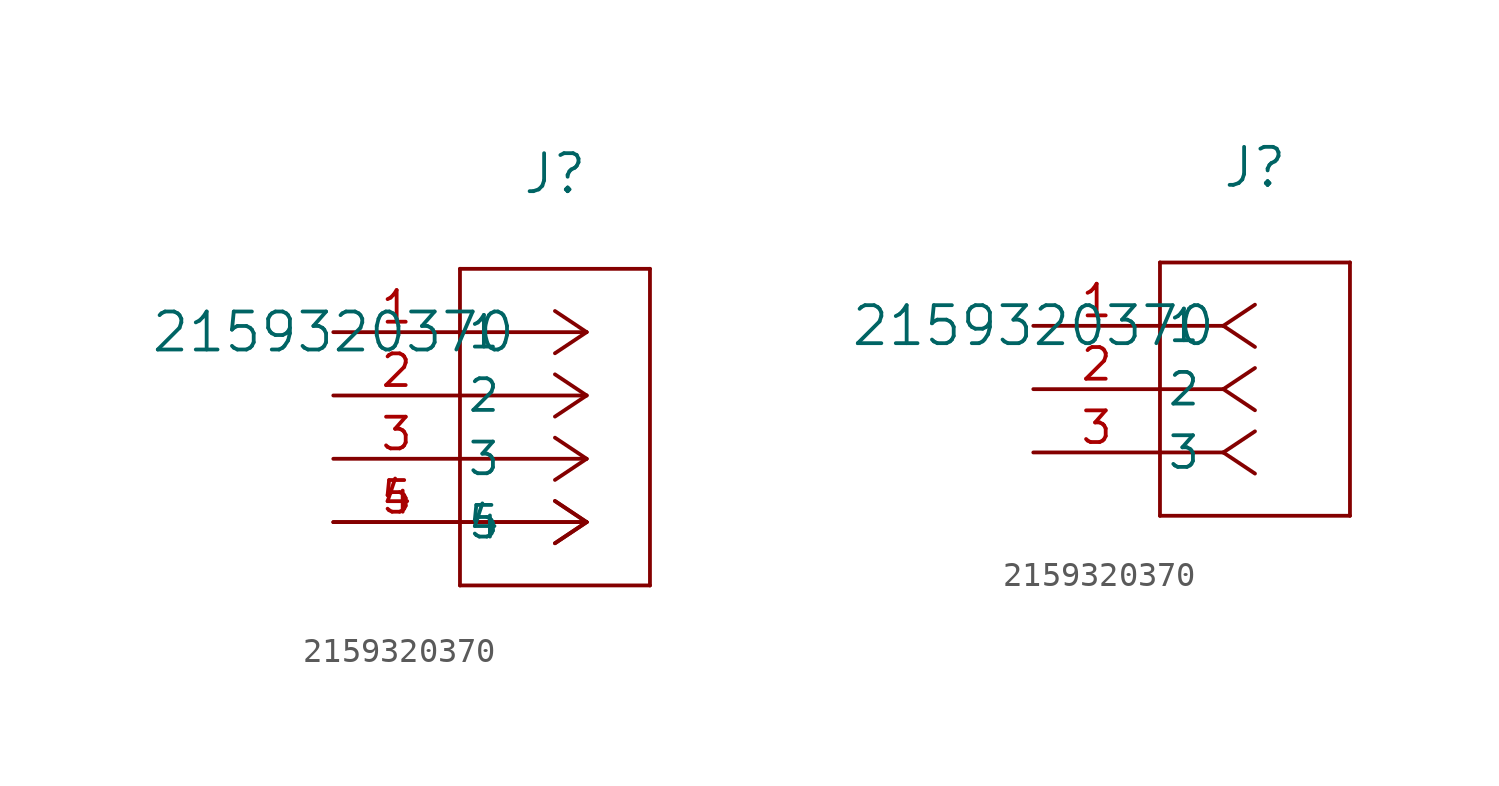
<source format=kicad_sym>
(kicad_symbol_lib
  (version 20241209)
  (generator "kicad_symbol_editor")
  (generator_version "9.0")
  (symbol "2159320370"
    (pin_names
      (offset 0.254))
    (property "Reference" "J"
      (at 8.89 6.35 0)
      (effects (font (size 1.524 1.524))))
    (property "Value" "2159320370"
      (at 0 0 0)
      (effects (font (size 1.524 1.524))))
    (property "ki_locked" ""
      (at 0 0 0)
      (effects (font (size 1.27 1.27))))
    (symbol "2159320370_1_1"
      (polyline (pts (xy 5.08 2.54) (xy 5.08 -10.16)) (stroke (width 0) (type default)) (fill (type none)))
      (polyline (pts (xy 5.08 -10.16) (xy 12.7 -10.16)) (stroke (width 0) (type default)) (fill (type none)))
      (polyline (pts (xy 10.16 0) (xy 5.08 0)) (stroke (width 0) (type default)) (fill (type none)))
      (polyline (pts (xy 10.16 0) (xy 8.89 0.847)) (stroke (width 0) (type default)) (fill (type none)))
      (polyline (pts (xy 10.16 0) (xy 8.89 -0.847)) (stroke (width 0) (type default)) (fill (type none)))
      (polyline (pts (xy 10.16 -2.54) (xy 5.08 -2.54)) (stroke (width 0) (type default)) (fill (type none)))
      (polyline (pts (xy 10.16 -2.54) (xy 8.89 -1.693)) (stroke (width 0) (type default)) (fill (type none)))
      (polyline (pts (xy 10.16 -2.54) (xy 8.89 -3.387)) (stroke (width 0) (type default)) (fill (type none)))
      (polyline (pts (xy 10.16 -5.08) (xy 5.08 -5.08)) (stroke (width 0) (type default)) (fill (type none)))
      (polyline (pts (xy 10.16 -5.08) (xy 8.89 -4.233)) (stroke (width 0) (type default)) (fill (type none)))
      (polyline (pts (xy 10.16 -5.08) (xy 8.89 -5.927)) (stroke (width 0) (type default)) (fill (type none)))
      (polyline (pts (xy 10.16 -7.62) (xy 5.08 -7.62)) (stroke (width 0) (type default)) (fill (type none)))
      (polyline (pts (xy 10.16 -7.62) (xy 5.08 -7.62)) (stroke (width 0) (type default)) (fill (type none)))
      (polyline (pts (xy 10.16 -7.62) (xy 8.89 -6.773)) (stroke (width 0) (type default)) (fill (type none)))
      (polyline (pts (xy 10.16 -7.62) (xy 8.89 -6.773)) (stroke (width 0) (type default)) (fill (type none)))
      (polyline (pts (xy 10.16 -7.62) (xy 8.89 -8.467)) (stroke (width 0) (type default)) (fill (type none)))
      (polyline (pts (xy 10.16 -7.62) (xy 8.89 -8.467)) (stroke (width 0) (type default)) (fill (type none)))
      (polyline (pts (xy 12.7 2.54) (xy 5.08 2.54)) (stroke (width 0) (type default)) (fill (type none)))
      (polyline (pts (xy 12.7 -10.16) (xy 12.7 2.54)) (stroke (width 0) (type default)) (fill (type none)))
      (pin passive line (at 0 0 0) (length 5.08) (name "1" (effects (font (size 1.27 1.27)))) (number "1" (effects (font (size 1.27 1.27)))))
      (pin passive line (at 0 -2.54 0) (length 5.08) (name "2" (effects (font (size 1.27 1.27)))) (number "2" (effects (font (size 1.27 1.27)))))
      (pin passive line (at 0 -5.08 0) (length 5.08) (name "3" (effects (font (size 1.27 1.27)))) (number "3" (effects (font (size 1.27 1.27)))))
      (pin passive line (at 0 -7.62 0) (length 5.08) (name "4" (effects (font (size 1.27 1.27)))) (number "4" (effects (font (size 1.27 1.27)))))
      (pin passive line (at 0 -7.62 0) (length 5.08) (name "5" (effects (font (size 1.27 1.27)))) (number "5" (effects (font (size 1.27 1.27))))))
    (symbol "2159320370_1_2"
      (polyline (pts (xy 5.08 2.54) (xy 5.08 -7.62)) (stroke (width 0) (type default)) (fill (type none)))
      (polyline (pts (xy 5.08 -7.62) (xy 12.7 -7.62)) (stroke (width 0) (type default)) (fill (type none)))
      (polyline (pts (xy 7.62 0) (xy 5.08 0)) (stroke (width 0) (type default)) (fill (type none)))
      (polyline (pts (xy 7.62 0) (xy 8.89 0.847)) (stroke (width 0) (type default)) (fill (type none)))
      (polyline (pts (xy 7.62 0) (xy 8.89 -0.847)) (stroke (width 0) (type default)) (fill (type none)))
      (polyline (pts (xy 7.62 -2.54) (xy 5.08 -2.54)) (stroke (width 0) (type default)) (fill (type none)))
      (polyline (pts (xy 7.62 -2.54) (xy 8.89 -1.693)) (stroke (width 0) (type default)) (fill (type none)))
      (polyline (pts (xy 7.62 -2.54) (xy 8.89 -3.387)) (stroke (width 0) (type default)) (fill (type none)))
      (polyline (pts (xy 7.62 -5.08) (xy 5.08 -5.08)) (stroke (width 0) (type default)) (fill (type none)))
      (polyline (pts (xy 7.62 -5.08) (xy 8.89 -4.233)) (stroke (width 0) (type default)) (fill (type none)))
      (polyline (pts (xy 7.62 -5.08) (xy 8.89 -5.927)) (stroke (width 0) (type default)) (fill (type none)))
      (polyline (pts (xy 12.7 2.54) (xy 5.08 2.54)) (stroke (width 0) (type default)) (fill (type none)))
      (polyline (pts (xy 12.7 -7.62) (xy 12.7 2.54)) (stroke (width 0) (type default)) (fill (type none)))
      (pin unspecified line (at 0 0 0) (length 5.08) (name "1" (effects (font (size 1.27 1.27)))) (number "1" (effects (font (size 1.27 1.27)))))
      (pin unspecified line (at 0 -2.54 0) (length 5.08) (name "2" (effects (font (size 1.27 1.27)))) (number "2" (effects (font (size 1.27 1.27)))))
      (pin unspecified line (at 0 -5.08 0) (length 5.08) (name "3" (effects (font (size 1.27 1.27)))) (number "3" (effects (font (size 1.27 1.27))))))))
</source>
